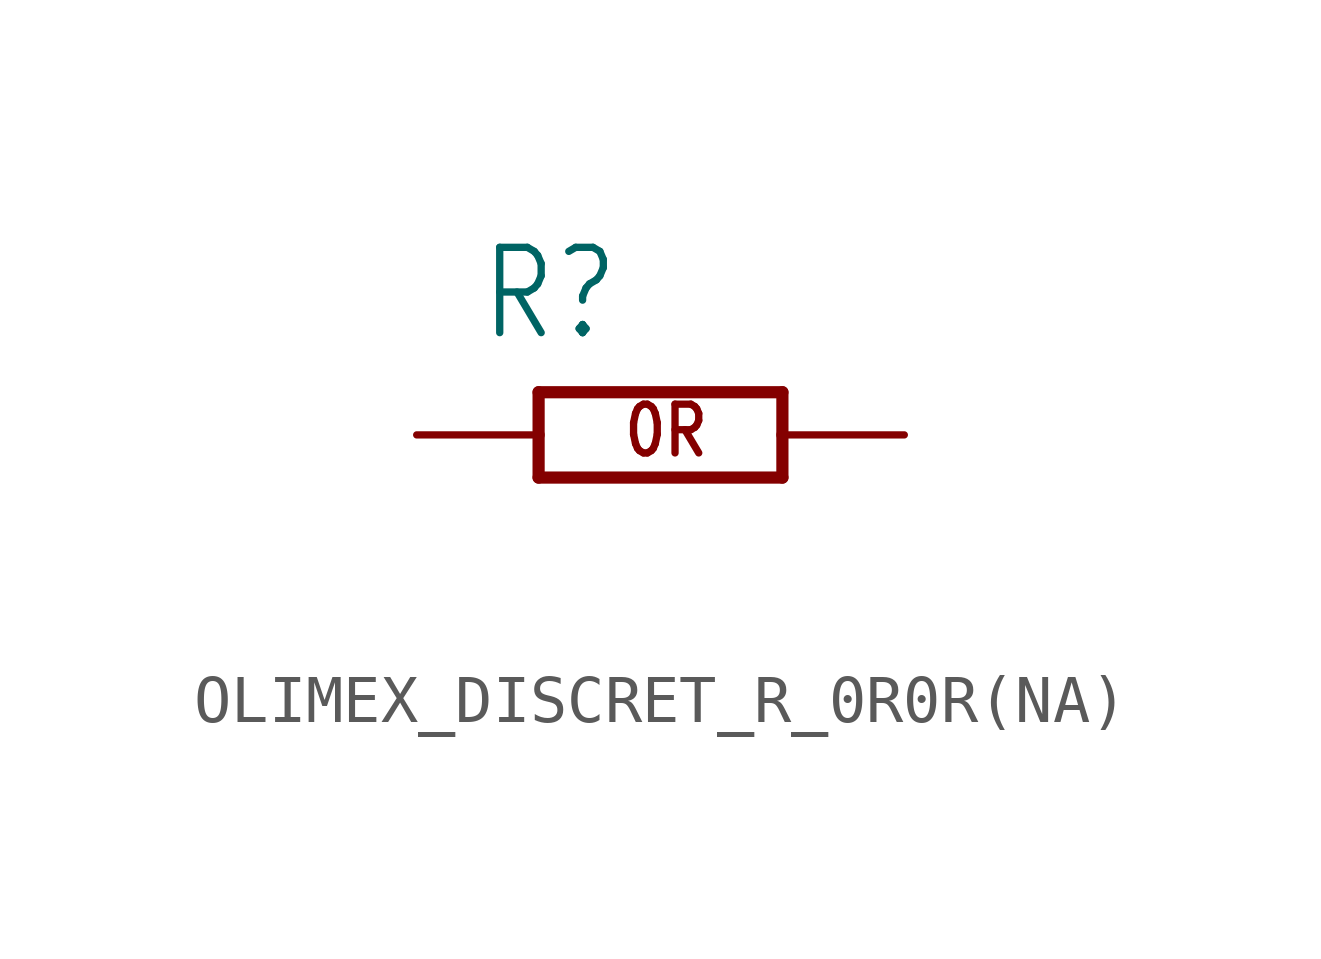
<source format=kicad_sym>
(kicad_symbol_lib
  (version 20231120)
  (generator "kicad_symbol_editor")
  (generator_version "8.0")
  (symbol "OLIMEX_DISCRET_R_0R0R(NA)"
    (property "Reference" "R"
      (at -3.81 1.905 0)
      (effects (font (size 1.778 1.511)) (justify left bottom)))
    (property "Value" ""
      (at -3.81 -3.81 0)
      (effects (font (size 1.778 1.511)) (justify left bottom)))
    (property "ki_locked" ""
      (at 0 0 0)
      (effects (font (size 1.27 1.27))))
    (symbol "OLIMEX_DISCRET_R_0R0R(NA)_1_0"
      (polyline (pts (xy -2.54 -0.889) (xy -2.54 0)) (stroke (width 0.254) (type solid)) (fill (type none)))
      (polyline (pts (xy -2.54 -0.889) (xy 2.54 -0.889)) (stroke (width 0.254) (type solid)) (fill (type none)))
      (polyline (pts (xy -2.54 0) (xy -2.54 0.889)) (stroke (width 0.254) (type solid)) (fill (type none)))
      (polyline (pts (xy 2.54 -0.889) (xy 2.54 0)) (stroke (width 0.254) (type solid)) (fill (type none)))
      (polyline (pts (xy 2.54 0) (xy 2.54 0.889)) (stroke (width 0.254) (type solid)) (fill (type none)))
      (polyline (pts (xy 2.54 0.889) (xy -2.54 0.889)) (stroke (width 0.254) (type solid)) (fill (type none)))
      (text "0R" (at -0.826 -0.508 0) (effects (font (size 1.016 0.864)) (justify left bottom)))
      (pin passive line (at -5.08 0 0) (length 2.54) (name "1.1" (effects (font (size 0 0)))) (number "1" (effects (font (size 0 0)))))
      (pin passive line (at 5.08 0 180) (length 2.54) (name "1.2" (effects (font (size 0 0)))) (number "2" (effects (font (size 0 0))))))))
</source>
